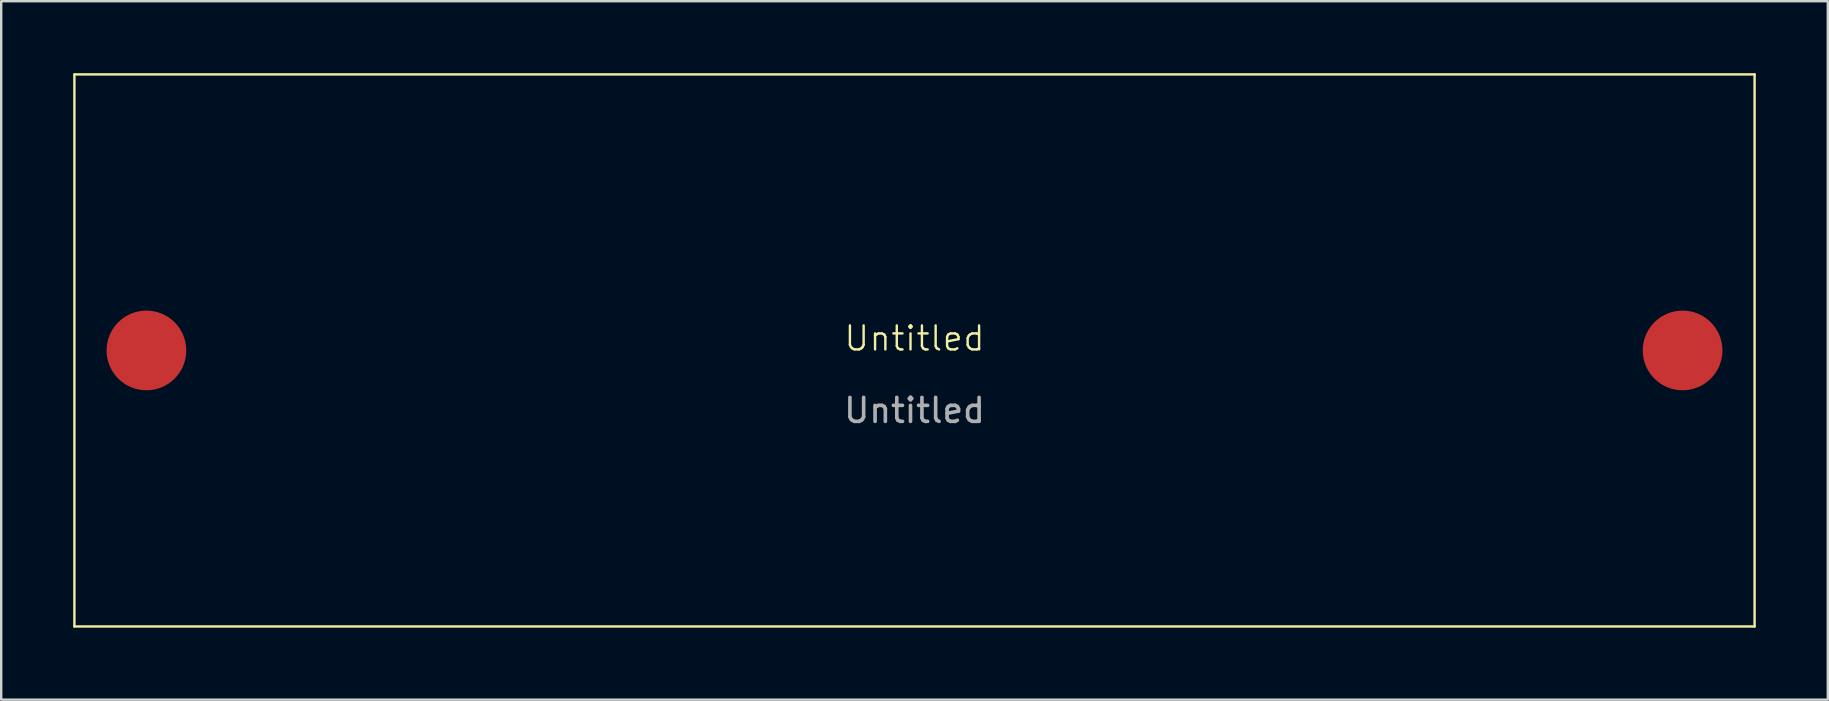
<source format=kicad_pcb>
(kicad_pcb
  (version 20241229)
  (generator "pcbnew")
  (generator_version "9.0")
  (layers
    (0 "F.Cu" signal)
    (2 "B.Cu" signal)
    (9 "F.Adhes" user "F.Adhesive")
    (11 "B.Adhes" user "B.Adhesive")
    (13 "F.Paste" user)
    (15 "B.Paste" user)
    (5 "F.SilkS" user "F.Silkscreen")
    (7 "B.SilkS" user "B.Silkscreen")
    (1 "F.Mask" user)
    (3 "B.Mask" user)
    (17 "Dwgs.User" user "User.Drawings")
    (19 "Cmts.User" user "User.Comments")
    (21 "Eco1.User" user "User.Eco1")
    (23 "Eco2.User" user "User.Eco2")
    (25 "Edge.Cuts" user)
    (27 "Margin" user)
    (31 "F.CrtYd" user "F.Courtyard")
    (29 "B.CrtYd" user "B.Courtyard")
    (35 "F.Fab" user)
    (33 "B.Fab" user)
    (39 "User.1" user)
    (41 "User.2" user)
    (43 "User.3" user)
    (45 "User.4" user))
  (footprint "Untitled"
    (layer "F.Cu")
    (at 35.05 11.55)
    (property "Reference" "Untitled" (at 0 -0.5 0) (unlocked yes) (layer "F.SilkS") (effects (font (size 1 1) (thickness 0.1))))
    (attr smd)
    (fp_line (start -35 -11.5) (end 35 -11.5) (stroke (width 0.1) (type default)) (layer "F.SilkS"))
    (fp_line (start -35 11.5) (end -35 -11.5) (stroke (width 0.1) (type default)) (layer "F.SilkS"))
    (fp_line (start 35 -11.5) (end 35 11.5) (stroke (width 0.1) (type default)) (layer "F.SilkS"))
    (fp_line (start 35 11.5) (end -35 11.5) (stroke (width 0.1) (type default)) (layer "F.SilkS"))
    (fp_text user "${REFERENCE}" (at 0 2.5 0) (unlocked yes) (layer "F.Fab") (effects (font (size 1 1) (thickness 0.15))))
    (pad "1" smd circle (at -32 0) (size 3.32 3.32) (layers "F.Cu" "F.Mask" "F.Paste"))
    (pad "2" smd circle (at 32 0) (size 3.32 3.32) (layers "F.Cu" "F.Mask" "F.Paste"))
    (zone (net_name "") (layer "F.SilkS") (hatch edge 0.5) (connect_pads) (min_thickness 0.25) (filled_areas_thickness no) (keepout (tracks allowed) (vias allowed) (pads not_allowed) (copperpour allowed) (footprints not_allowed)) (placement (enabled no)) (fill) (polygon (pts (xy 0.05 0.05) (xy 70.05 0.05) (xy 70.05 23.05) (xy 0.05 23.05)))))
  (gr_rect
    (start -3 -3)
    (end 73.1 26.1)
    (stroke (width 0.1) (type default))
    (fill no)
    (layer "Edge.Cuts")))
</source>
